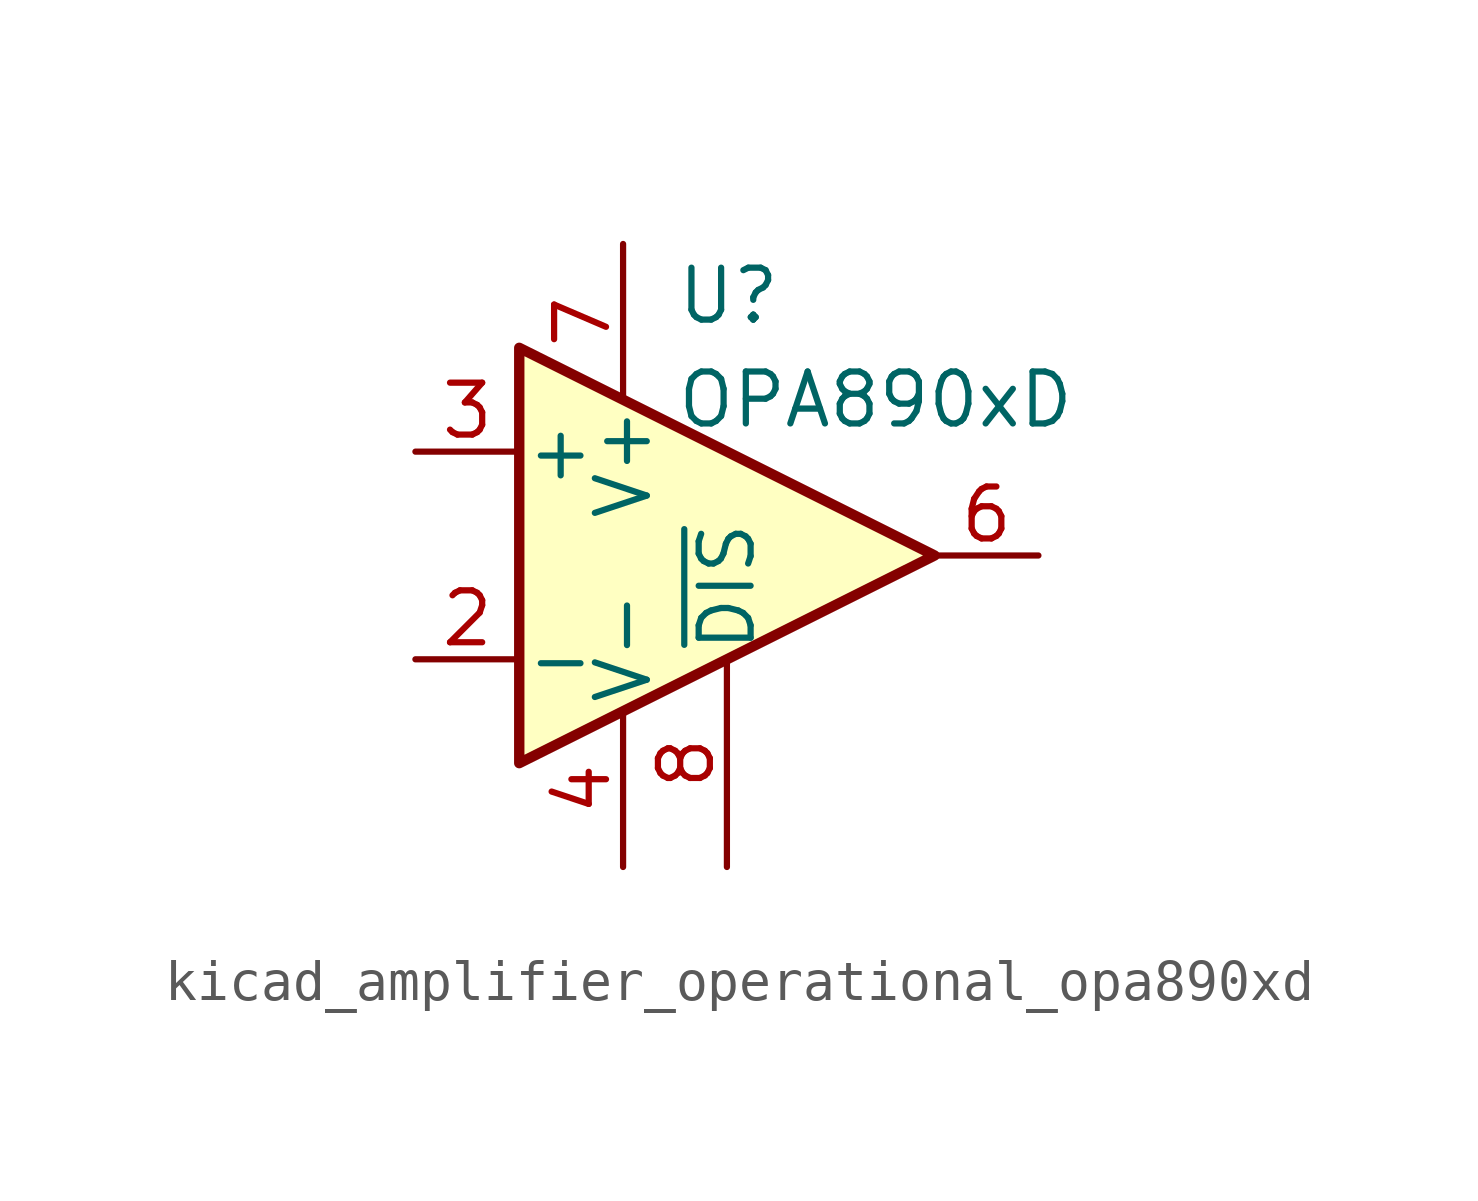
<source format=kicad_sym>
(kicad_symbol_lib
  (version 20220914)
  (generator kicad_symbol_editor)
  (symbol "kicad_amplifier_operational_opa890xd"
    (pin_names
      (offset 0.127))
    (property "Reference" "U"
      (at -1.27 6.35 0)
      (effects (font (size 1.27 1.27)) (justify left)))
    (property "Value" "OPA890xD"
      (at -1.27 3.81 0)
      (effects (font (size 1.27 1.27)) (justify left)))
    (symbol "kicad_amplifier_operational_opa890xd_0_1"
      (polyline (pts (xy -5.08 5.08) (xy 5.08 0) (xy -5.08 -5.08) (xy -5.08 5.08)) (stroke (width 0.254) (type default)) (fill (type background)))
      (pin power_in line (at -2.54 -7.62 90) (length 3.81) (name "V-" (effects (font (size 1.27 1.27)))) (number "4" (effects (font (size 1.27 1.27)))))
      (pin power_in line (at -2.54 7.62 270) (length 3.81) (name "V+" (effects (font (size 1.27 1.27)))) (number "7" (effects (font (size 1.27 1.27))))))
    (symbol "kicad_amplifier_operational_opa890xd_1_1"
      (pin no_connect line (at -5.08 5.08 270) (length 2.54) hide (name "NC" (effects (font (size 1.27 1.27)))) (number "1" (effects (font (size 1.27 1.27)))))
      (pin input line (at -7.62 -2.54 0) (length 2.54) (name "-" (effects (font (size 1.27 1.27)))) (number "2" (effects (font (size 1.27 1.27)))))
      (pin input line (at -7.62 2.54 0) (length 2.54) (name "+" (effects (font (size 1.27 1.27)))) (number "3" (effects (font (size 1.27 1.27)))))
      (pin no_connect line (at -5.08 -5.08 90) (length 3.81) hide (name "NC" (effects (font (size 1.27 1.27)))) (number "5" (effects (font (size 1.27 1.27)))))
      (pin output line (at 7.62 0 180) (length 2.54) (name "~" (effects (font (size 1.27 1.27)))) (number "6" (effects (font (size 1.27 1.27)))))
      (pin input line (at 0 -7.62 90) (length 5.08) (name "~{DIS}" (effects (font (size 1.27 1.27)))) (number "8" (effects (font (size 1.27 1.27))))))))
</source>
